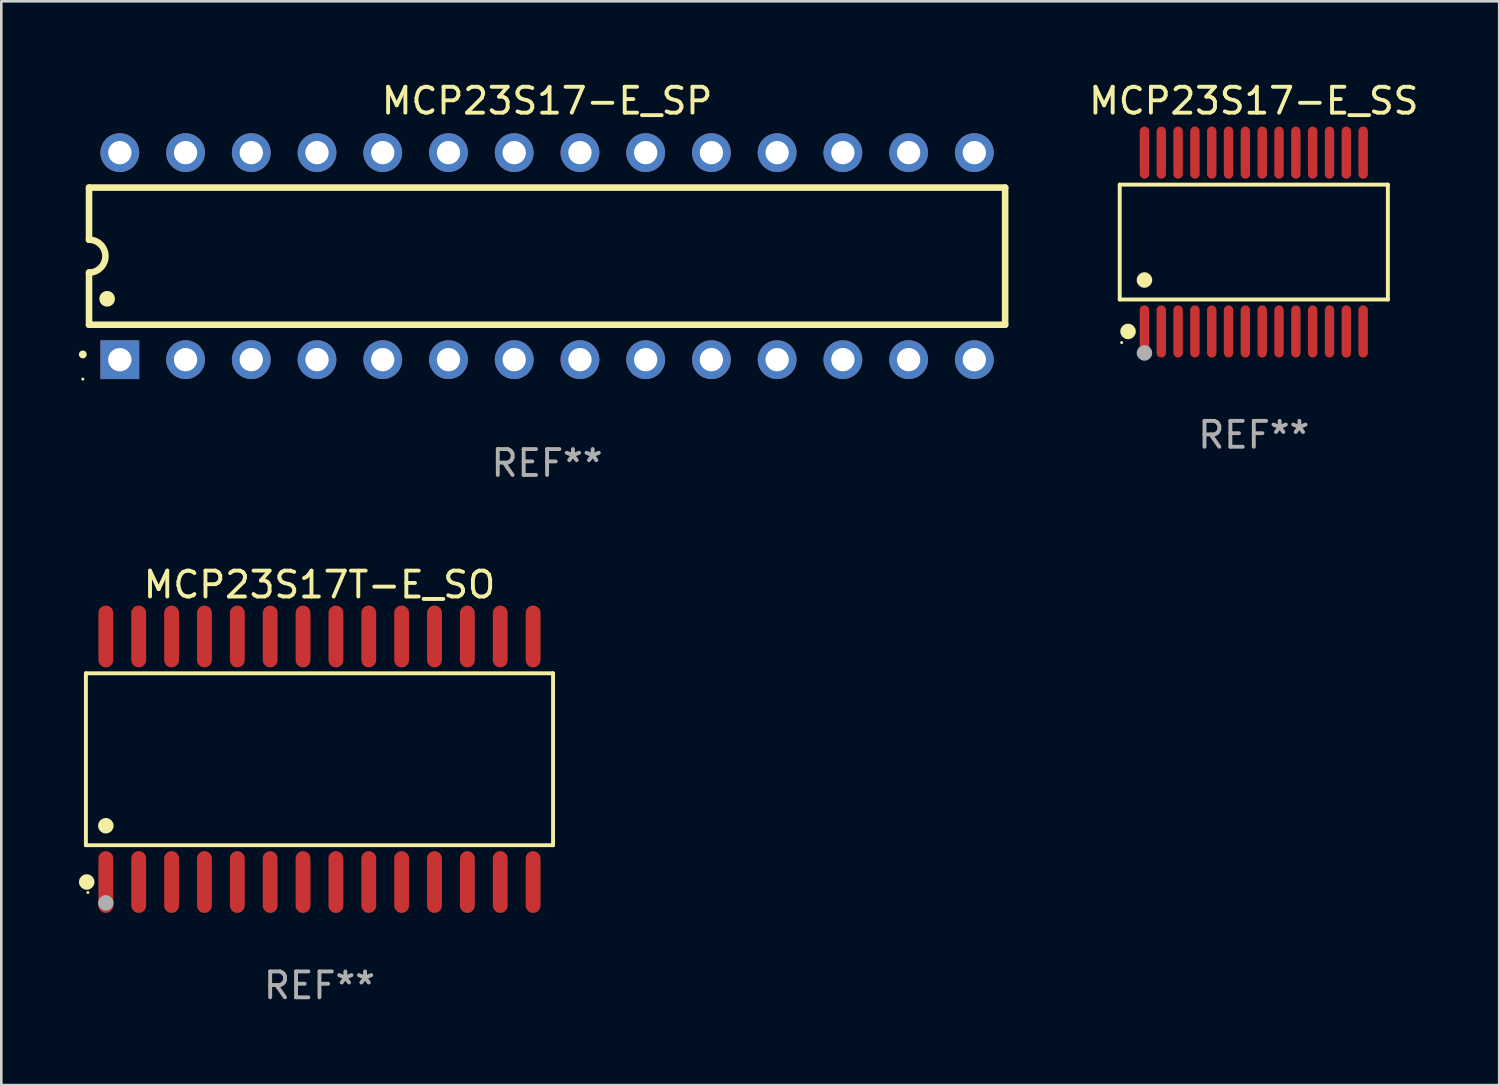
<source format=kicad_pcb>
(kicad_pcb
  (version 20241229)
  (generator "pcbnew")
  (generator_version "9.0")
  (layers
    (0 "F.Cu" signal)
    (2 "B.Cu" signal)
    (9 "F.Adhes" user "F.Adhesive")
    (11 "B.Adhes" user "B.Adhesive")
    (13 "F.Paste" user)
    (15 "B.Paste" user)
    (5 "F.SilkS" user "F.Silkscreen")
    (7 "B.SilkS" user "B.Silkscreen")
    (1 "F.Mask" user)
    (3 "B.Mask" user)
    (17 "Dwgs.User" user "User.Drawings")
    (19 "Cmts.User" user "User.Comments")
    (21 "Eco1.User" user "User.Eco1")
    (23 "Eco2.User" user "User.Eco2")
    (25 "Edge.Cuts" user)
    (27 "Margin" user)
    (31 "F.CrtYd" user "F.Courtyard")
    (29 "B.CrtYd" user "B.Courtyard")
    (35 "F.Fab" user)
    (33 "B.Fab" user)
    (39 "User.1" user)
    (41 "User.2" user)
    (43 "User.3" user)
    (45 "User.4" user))
  (footprint "MCP23S17T-E_SO"
    (layer "F.Cu")
    (at 9.295 26.289)
    (property "Reference" "MCP23S17T-E_SO" (at 0 -6.744 0) (layer "F.SilkS") (effects (font (size 1 1) (thickness 0.15))))
    (attr through_hole)
    (fp_line (start -9.026 -3.321) (end 9.026 -3.321) (stroke (width 0.152) (type solid)) (layer "F.SilkS"))
    (fp_line (start -9.026 3.321) (end -9.026 -3.321) (stroke (width 0.152) (type solid)) (layer "F.SilkS"))
    (fp_line (start 9.026 -3.321) (end 9.026 3.321) (stroke (width 0.152) (type solid)) (layer "F.SilkS"))
    (fp_line (start 9.026 3.321) (end -9.026 3.321) (stroke (width 0.152) (type solid)) (layer "F.SilkS"))
    (fp_circle (center -8.994 4.744) (end -8.844 4.744) (stroke (width 0.3) (type solid)) (fill no) (layer "F.SilkS"))
    (fp_circle (center -8.95 5.15) (end -8.92 5.15) (stroke (width 0.06) (type solid)) (fill no) (layer "F.SilkS"))
    (fp_circle (center -8.255 2.569) (end -8.105 2.569) (stroke (width 0.3) (type solid)) (fill no) (layer "F.SilkS"))
    (fp_circle (center -8.255 5.55) (end -8.105 5.55) (stroke (width 0.3) (type solid)) (fill no) (layer "F.Fab"))
    (fp_text user "REF**" (at 0 8.744 0) (layer "F.Fab") (effects (font (size 1 1) (thickness 0.15))))
    (pad "1" smd oval (at -8.255 4.744) (size 0.574 2.388) (layers "F.Cu" "F.Mask" "F.Paste"))
    (pad "2" smd oval (at -6.985 4.744) (size 0.574 2.388) (layers "F.Cu" "F.Mask" "F.Paste"))
    (pad "3" smd oval (at -5.715 4.744) (size 0.574 2.388) (layers "F.Cu" "F.Mask" "F.Paste"))
    (pad "4" smd oval (at -4.445 4.744) (size 0.574 2.388) (layers "F.Cu" "F.Mask" "F.Paste"))
    (pad "5" smd oval (at -3.175 4.744) (size 0.574 2.388) (layers "F.Cu" "F.Mask" "F.Paste"))
    (pad "6" smd oval (at -1.905 4.744) (size 0.574 2.388) (layers "F.Cu" "F.Mask" "F.Paste"))
    (pad "7" smd oval (at -0.635 4.744) (size 0.574 2.388) (layers "F.Cu" "F.Mask" "F.Paste"))
    (pad "8" smd oval (at 0.635 4.744) (size 0.574 2.388) (layers "F.Cu" "F.Mask" "F.Paste"))
    (pad "9" smd oval (at 1.905 4.744) (size 0.574 2.388) (layers "F.Cu" "F.Mask" "F.Paste"))
    (pad "10" smd oval (at 3.175 4.744) (size 0.574 2.388) (layers "F.Cu" "F.Mask" "F.Paste"))
    (pad "11" smd oval (at 4.445 4.744) (size 0.574 2.388) (layers "F.Cu" "F.Mask" "F.Paste"))
    (pad "12" smd oval (at 5.715 4.744) (size 0.574 2.388) (layers "F.Cu" "F.Mask" "F.Paste"))
    (pad "13" smd oval (at 6.985 4.744) (size 0.574 2.388) (layers "F.Cu" "F.Mask" "F.Paste"))
    (pad "14" smd oval (at 8.255 4.744) (size 0.574 2.388) (layers "F.Cu" "F.Mask" "F.Paste"))
    (pad "15" smd oval (at 8.255 -4.744) (size 0.574 2.388) (layers "F.Cu" "F.Mask" "F.Paste"))
    (pad "16" smd oval (at 6.985 -4.744) (size 0.574 2.388) (layers "F.Cu" "F.Mask" "F.Paste"))
    (pad "17" smd oval (at 5.715 -4.744) (size 0.574 2.388) (layers "F.Cu" "F.Mask" "F.Paste"))
    (pad "18" smd oval (at 4.445 -4.744) (size 0.574 2.388) (layers "F.Cu" "F.Mask" "F.Paste"))
    (pad "19" smd oval (at 3.175 -4.744) (size 0.574 2.388) (layers "F.Cu" "F.Mask" "F.Paste"))
    (pad "20" smd oval (at 1.905 -4.744) (size 0.574 2.388) (layers "F.Cu" "F.Mask" "F.Paste"))
    (pad "21" smd oval (at 0.635 -4.744) (size 0.574 2.388) (layers "F.Cu" "F.Mask" "F.Paste"))
    (pad "22" smd oval (at -0.635 -4.744) (size 0.574 2.388) (layers "F.Cu" "F.Mask" "F.Paste"))
    (pad "23" smd oval (at -1.905 -4.744) (size 0.574 2.388) (layers "F.Cu" "F.Mask" "F.Paste"))
    (pad "24" smd oval (at -3.175 -4.744) (size 0.574 2.388) (layers "F.Cu" "F.Mask" "F.Paste"))
    (pad "25" smd oval (at -4.445 -4.744) (size 0.574 2.388) (layers "F.Cu" "F.Mask" "F.Paste"))
    (pad "26" smd oval (at -5.715 -4.744) (size 0.574 2.388) (layers "F.Cu" "F.Mask" "F.Paste"))
    (pad "27" smd oval (at -6.985 -4.744) (size 0.574 2.388) (layers "F.Cu" "F.Mask" "F.Paste"))
    (pad "28" smd oval (at -8.255 -4.744) (size 0.574 2.388) (layers "F.Cu" "F.Mask" "F.Paste")))
  (footprint "MCP23S17-E_SP"
    (layer "F.Cu")
    (at 18.09 6.848)
    (property "Reference" "MCP23S17-E_SP" (at 0 -6 0) (layer "F.SilkS") (effects (font (size 1 1) (thickness 0.15))))
    (attr through_hole)
    (fp_line (start -17.7 -2.65) (end 17.7 -2.65) (stroke (width 0.254) (type solid)) (layer "F.SilkS"))
    (fp_line (start -17.7 -0.635) (end -17.7 -2.65) (stroke (width 0.254) (type solid)) (layer "F.SilkS"))
    (fp_line (start -17.7 2.65) (end -17.7 0.635) (stroke (width 0.254) (type solid)) (layer "F.SilkS"))
    (fp_line (start 17.7 -2.65) (end 17.7 2.65) (stroke (width 0.254) (type solid)) (layer "F.SilkS"))
    (fp_line (start 17.7 2.65) (end -17.7 2.65) (stroke (width 0.254) (type solid)) (layer "F.SilkS"))
    (fp_arc (start -17.940056 3.799848) (mid -17.940061 3.798578) (end -17.940056 3.797308) (stroke (width 0.3) (type solid)) (layer "F.SilkS"))
    (fp_arc (start -17.701295 -0.635001) (mid -17.066294 0) (end -17.701295 0.635001) (stroke (width 0.254001) (type solid)) (layer "F.SilkS"))
    (fp_arc (start -17.000254 1.651003) (mid -17.000265 1.648463) (end -17.000254 1.645923) (stroke (width 0.6) (type solid)) (layer "F.SilkS"))
    (fp_circle (center -17.94 4.75) (end -17.91 4.75) (stroke (width 0.06) (type solid)) (fill no) (layer "F.SilkS"))
    (fp_text user "REF**" (at 0 8 0) (layer "F.Fab") (effects (font (size 1 1) (thickness 0.15))))
    (pad "1" thru_hole rect (at -16.51 4 90) (size 1.5 1.5) (drill 0.9) (layers "*.Cu" "*.Mask"))
    (pad "2" thru_hole circle (at -13.97 4) (size 1.5 1.5) (drill 0.9) (layers "*.Cu" "*.Mask"))
    (pad "3" thru_hole circle (at -11.43 4) (size 1.5 1.5) (drill 0.9) (layers "*.Cu" "*.Mask"))
    (pad "4" thru_hole circle (at -8.89 4) (size 1.5 1.5) (drill 0.9) (layers "*.Cu" "*.Mask"))
    (pad "5" thru_hole circle (at -6.35 4) (size 1.5 1.5) (drill 0.9) (layers "*.Cu" "*.Mask"))
    (pad "6" thru_hole circle (at -3.81 4) (size 1.5 1.5) (drill 0.9) (layers "*.Cu" "*.Mask"))
    (pad "7" thru_hole circle (at -1.27 4) (size 1.5 1.5) (drill 0.9) (layers "*.Cu" "*.Mask"))
    (pad "8" thru_hole circle (at 1.27 4) (size 1.5 1.5) (drill 0.9) (layers "*.Cu" "*.Mask"))
    (pad "9" thru_hole circle (at 3.81 4) (size 1.5 1.5) (drill 0.9) (layers "*.Cu" "*.Mask"))
    (pad "10" thru_hole circle (at 6.35 4) (size 1.5 1.5) (drill 0.9) (layers "*.Cu" "*.Mask"))
    (pad "11" thru_hole circle (at 8.89 4) (size 1.5 1.5) (drill 0.9) (layers "*.Cu" "*.Mask"))
    (pad "12" thru_hole circle (at 11.43 4) (size 1.5 1.5) (drill 0.9) (layers "*.Cu" "*.Mask"))
    (pad "13" thru_hole circle (at 13.97 4) (size 1.5 1.5) (drill 0.9) (layers "*.Cu" "*.Mask"))
    (pad "14" thru_hole circle (at 16.51 4) (size 1.5 1.5) (drill 0.9) (layers "*.Cu" "*.Mask"))
    (pad "15" thru_hole circle (at 16.51 -4) (size 1.5 1.5) (drill 0.9) (layers "*.Cu" "*.Mask"))
    (pad "16" thru_hole circle (at 13.97 -4) (size 1.5 1.5) (drill 0.9) (layers "*.Cu" "*.Mask"))
    (pad "17" thru_hole circle (at 11.43 -4) (size 1.5 1.5) (drill 0.9) (layers "*.Cu" "*.Mask"))
    (pad "18" thru_hole circle (at 8.89 -4) (size 1.5 1.5) (drill 0.9) (layers "*.Cu" "*.Mask"))
    (pad "19" thru_hole circle (at 6.35 -4) (size 1.5 1.5) (drill 0.9) (layers "*.Cu" "*.Mask"))
    (pad "20" thru_hole circle (at 3.81 -4) (size 1.5 1.5) (drill 0.9) (layers "*.Cu" "*.Mask"))
    (pad "21" thru_hole circle (at 1.27 -4) (size 1.5 1.5) (drill 0.9) (layers "*.Cu" "*.Mask"))
    (pad "22" thru_hole circle (at -1.27 -4) (size 1.5 1.5) (drill 0.9) (layers "*.Cu" "*.Mask"))
    (pad "23" thru_hole circle (at -3.81 -4) (size 1.5 1.5) (drill 0.9) (layers "*.Cu" "*.Mask"))
    (pad "24" thru_hole circle (at -6.35 -4) (size 1.5 1.5) (drill 0.9) (layers "*.Cu" "*.Mask"))
    (pad "25" thru_hole circle (at -8.89 -4) (size 1.5 1.5) (drill 0.9) (layers "*.Cu" "*.Mask"))
    (pad "26" thru_hole circle (at -11.43 -4) (size 1.5 1.5) (drill 0.9) (layers "*.Cu" "*.Mask"))
    (pad "27" thru_hole circle (at -13.97 -4) (size 1.5 1.5) (drill 0.9) (layers "*.Cu" "*.Mask"))
    (pad "28" thru_hole circle (at -16.51 -4) (size 1.5 1.5) (drill 0.9) (layers "*.Cu" "*.Mask")))
  (footprint "MCP23S17-E_SS"
    (layer "F.Cu")
    (at 45.399 6.303)
    (property "Reference" "MCP23S17-E_SS" (at 0 -5.455 0) (layer "F.SilkS") (effects (font (size 1 1) (thickness 0.15))))
    (attr through_hole)
    (fp_line (start -5.181 -2.219) (end 5.181 -2.219) (stroke (width 0.152) (type solid)) (layer "F.SilkS"))
    (fp_line (start -5.181 2.219) (end -5.181 -2.219) (stroke (width 0.152) (type solid)) (layer "F.SilkS"))
    (fp_line (start 5.181 -2.219) (end 5.181 2.219) (stroke (width 0.152) (type solid)) (layer "F.SilkS"))
    (fp_line (start 5.181 2.219) (end -5.181 2.219) (stroke (width 0.152) (type solid)) (layer "F.SilkS"))
    (fp_circle (center -5.105 3.885) (end -5.075 3.885) (stroke (width 0.06) (type solid)) (fill no) (layer "F.SilkS"))
    (fp_circle (center -4.859 3.455) (end -4.709 3.455) (stroke (width 0.3) (type solid)) (fill no) (layer "F.SilkS"))
    (fp_circle (center -4.225 1.467) (end -4.075 1.467) (stroke (width 0.3) (type solid)) (fill no) (layer "F.SilkS"))
    (fp_circle (center -4.225 4.285) (end -4.075 4.285) (stroke (width 0.3) (type solid)) (fill no) (layer "F.Fab"))
    (fp_text user "REF**" (at 0 7.455 0) (layer "F.Fab") (effects (font (size 1 1) (thickness 0.15))))
    (pad "1" smd oval (at -4.225 3.455) (size 0.364 2.015) (layers "F.Cu" "F.Mask" "F.Paste"))
    (pad "2" smd oval (at -3.575 3.455) (size 0.364 2.015) (layers "F.Cu" "F.Mask" "F.Paste"))
    (pad "3" smd oval (at -2.925 3.455) (size 0.364 2.015) (layers "F.Cu" "F.Mask" "F.Paste"))
    (pad "4" smd oval (at -2.275 3.455) (size 0.364 2.015) (layers "F.Cu" "F.Mask" "F.Paste"))
    (pad "5" smd oval (at -1.625 3.455) (size 0.364 2.015) (layers "F.Cu" "F.Mask" "F.Paste"))
    (pad "6" smd oval (at -0.975 3.455) (size 0.364 2.015) (layers "F.Cu" "F.Mask" "F.Paste"))
    (pad "7" smd oval (at -0.325 3.455) (size 0.364 2.015) (layers "F.Cu" "F.Mask" "F.Paste"))
    (pad "8" smd oval (at 0.325 3.455) (size 0.364 2.015) (layers "F.Cu" "F.Mask" "F.Paste"))
    (pad "9" smd oval (at 0.975 3.455) (size 0.364 2.015) (layers "F.Cu" "F.Mask" "F.Paste"))
    (pad "10" smd oval (at 1.625 3.455) (size 0.364 2.015) (layers "F.Cu" "F.Mask" "F.Paste"))
    (pad "11" smd oval (at 2.275 3.455) (size 0.364 2.015) (layers "F.Cu" "F.Mask" "F.Paste"))
    (pad "12" smd oval (at 2.925 3.455) (size 0.364 2.015) (layers "F.Cu" "F.Mask" "F.Paste"))
    (pad "13" smd oval (at 3.575 3.455) (size 0.364 2.015) (layers "F.Cu" "F.Mask" "F.Paste"))
    (pad "14" smd oval (at 4.225 3.455) (size 0.364 2.015) (layers "F.Cu" "F.Mask" "F.Paste"))
    (pad "15" smd oval (at 4.225 -3.455) (size 0.364 2.015) (layers "F.Cu" "F.Mask" "F.Paste"))
    (pad "16" smd oval (at 3.575 -3.455) (size 0.364 2.015) (layers "F.Cu" "F.Mask" "F.Paste"))
    (pad "17" smd oval (at 2.925 -3.455) (size 0.364 2.015) (layers "F.Cu" "F.Mask" "F.Paste"))
    (pad "18" smd oval (at 2.275 -3.455) (size 0.364 2.015) (layers "F.Cu" "F.Mask" "F.Paste"))
    (pad "19" smd oval (at 1.625 -3.455) (size 0.364 2.015) (layers "F.Cu" "F.Mask" "F.Paste"))
    (pad "20" smd oval (at 0.975 -3.455) (size 0.364 2.015) (layers "F.Cu" "F.Mask" "F.Paste"))
    (pad "21" smd oval (at 0.325 -3.455) (size 0.364 2.015) (layers "F.Cu" "F.Mask" "F.Paste"))
    (pad "22" smd oval (at -0.325 -3.455) (size 0.364 2.015) (layers "F.Cu" "F.Mask" "F.Paste"))
    (pad "23" smd oval (at -0.975 -3.455) (size 0.364 2.015) (layers "F.Cu" "F.Mask" "F.Paste"))
    (pad "24" smd oval (at -1.625 -3.455) (size 0.364 2.015) (layers "F.Cu" "F.Mask" "F.Paste"))
    (pad "25" smd oval (at -2.275 -3.455) (size 0.364 2.015) (layers "F.Cu" "F.Mask" "F.Paste"))
    (pad "26" smd oval (at -2.925 -3.455) (size 0.364 2.015) (layers "F.Cu" "F.Mask" "F.Paste"))
    (pad "27" smd oval (at -3.575 -3.455) (size 0.364 2.015) (layers "F.Cu" "F.Mask" "F.Paste"))
    (pad "28" smd oval (at -4.225 -3.455) (size 0.364 2.015) (layers "F.Cu" "F.Mask" "F.Paste")))
  (gr_rect
    (start -3 -3)
    (end 54.881 38.881)
    (stroke (width 0.1) (type default))
    (fill no)
    (layer "Edge.Cuts")))
</source>
